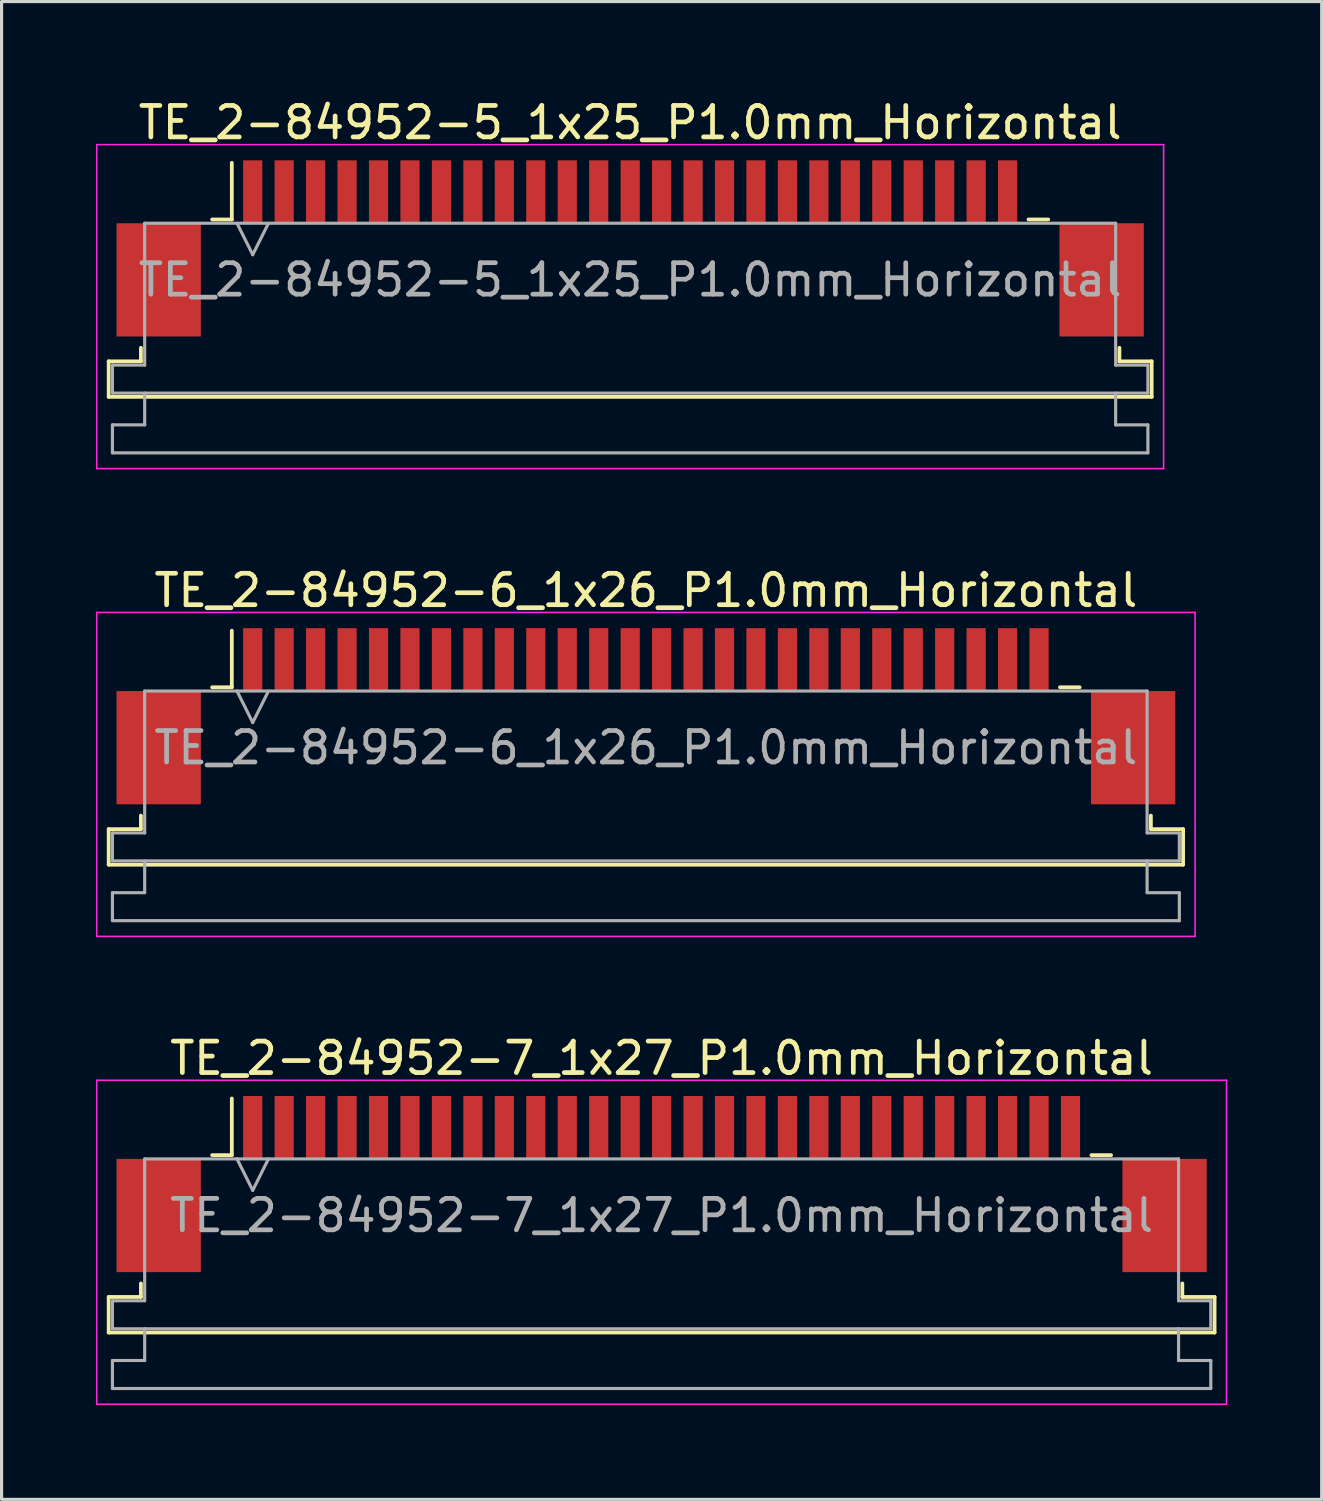
<source format=kicad_pcb>
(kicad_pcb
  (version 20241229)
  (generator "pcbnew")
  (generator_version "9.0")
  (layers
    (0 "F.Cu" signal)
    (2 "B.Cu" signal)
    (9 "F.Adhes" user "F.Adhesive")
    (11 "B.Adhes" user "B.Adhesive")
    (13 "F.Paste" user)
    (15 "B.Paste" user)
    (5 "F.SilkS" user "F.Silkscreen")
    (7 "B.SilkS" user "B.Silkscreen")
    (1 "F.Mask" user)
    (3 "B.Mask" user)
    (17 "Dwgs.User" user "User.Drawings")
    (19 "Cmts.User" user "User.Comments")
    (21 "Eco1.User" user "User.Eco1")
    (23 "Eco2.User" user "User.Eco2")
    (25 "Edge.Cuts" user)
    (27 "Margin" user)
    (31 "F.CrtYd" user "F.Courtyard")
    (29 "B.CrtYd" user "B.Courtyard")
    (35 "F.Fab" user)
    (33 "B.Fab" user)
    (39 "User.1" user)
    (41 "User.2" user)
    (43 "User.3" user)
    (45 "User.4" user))
  (footprint "TE_2-84952-6_1x26_P1.0mm_Horizontal"
    (layer "F.Cu")
    (at 17.485 19.721)
    (property "Reference" "TE_2-84952-6_1x26_P1.0mm_Horizontal" (at 0 -4 0) (layer "F.SilkS") (effects (font (size 1 1) (thickness 0.15))))
    (attr smd)
    (fp_line (start -17.08 3.59) (end -16.055 3.59) (stroke (width 0.12) (type solid)) (layer "F.SilkS"))
    (fp_line (start -17.08 4.72) (end -17.08 3.59) (stroke (width 0.12) (type solid)) (layer "F.SilkS"))
    (fp_line (start -16.055 3.59) (end -16.055 3.16) (stroke (width 0.12) (type solid)) (layer "F.SilkS"))
    (fp_line (start -13.79 -0.92) (end -13.165 -0.92) (stroke (width 0.12) (type solid)) (layer "F.SilkS"))
    (fp_line (start -13.165 -0.92) (end -13.165 -2.72) (stroke (width 0.12) (type solid)) (layer "F.SilkS"))
    (fp_line (start 13.165 -0.92) (end 13.79 -0.92) (stroke (width 0.12) (type solid)) (layer "F.SilkS"))
    (fp_line (start 16.055 3.16) (end 16.055 3.59) (stroke (width 0.12) (type solid)) (layer "F.SilkS"))
    (fp_line (start 16.055 3.59) (end 17.08 3.59) (stroke (width 0.12) (type solid)) (layer "F.SilkS"))
    (fp_line (start 17.08 3.59) (end 17.08 4.72) (stroke (width 0.12) (type solid)) (layer "F.SilkS"))
    (fp_line (start 17.08 4.72) (end -17.08 4.72) (stroke (width 0.12) (type solid)) (layer "F.SilkS"))
    (fp_line (start -17.46 -3.3) (end -17.46 7) (stroke (width 0.05) (type solid)) (layer "F.CrtYd"))
    (fp_line (start -17.46 7) (end 17.46 7) (stroke (width 0.05) (type solid)) (layer "F.CrtYd"))
    (fp_line (start 17.46 -3.3) (end -17.46 -3.3) (stroke (width 0.05) (type solid)) (layer "F.CrtYd"))
    (fp_line (start 17.46 7) (end 17.46 -3.3) (stroke (width 0.05) (type solid)) (layer "F.CrtYd"))
    (fp_line (start -16.96 3.71) (end -15.935 3.71) (stroke (width 0.1) (type solid)) (layer "F.Fab"))
    (fp_line (start -16.96 4.6) (end -16.96 3.71) (stroke (width 0.1) (type solid)) (layer "F.Fab"))
    (fp_line (start -16.96 5.61) (end -15.935 5.61) (stroke (width 0.1) (type solid)) (layer "F.Fab"))
    (fp_line (start -16.96 6.5) (end -16.96 5.61) (stroke (width 0.1) (type solid)) (layer "F.Fab"))
    (fp_line (start -15.935 -0.8) (end 15.935 -0.8) (stroke (width 0.1) (type solid)) (layer "F.Fab"))
    (fp_line (start -15.935 3.71) (end -15.935 -0.8) (stroke (width 0.1) (type solid)) (layer "F.Fab"))
    (fp_line (start -15.935 5.61) (end -15.935 4.6) (stroke (width 0.1) (type solid)) (layer "F.Fab"))
    (fp_line (start -13 -0.8) (end -12.5 0.2) (stroke (width 0.1) (type solid)) (layer "F.Fab"))
    (fp_line (start -12.5 0.2) (end -12 -0.8) (stroke (width 0.1) (type solid)) (layer "F.Fab"))
    (fp_line (start 15.935 -0.8) (end 15.935 3.71) (stroke (width 0.1) (type solid)) (layer "F.Fab"))
    (fp_line (start 15.935 3.71) (end 16.96 3.71) (stroke (width 0.1) (type solid)) (layer "F.Fab"))
    (fp_line (start 15.935 4.6) (end 15.935 5.61) (stroke (width 0.1) (type solid)) (layer "F.Fab"))
    (fp_line (start 15.935 5.61) (end 16.96 5.61) (stroke (width 0.1) (type solid)) (layer "F.Fab"))
    (fp_line (start 16.96 3.71) (end 16.96 4.6) (stroke (width 0.1) (type solid)) (layer "F.Fab"))
    (fp_line (start 16.96 4.6) (end -16.96 4.6) (stroke (width 0.1) (type solid)) (layer "F.Fab"))
    (fp_line (start 16.96 5.61) (end 16.96 6.5) (stroke (width 0.1) (type solid)) (layer "F.Fab"))
    (fp_line (start 16.96 6.5) (end -16.96 6.5) (stroke (width 0.1) (type solid)) (layer "F.Fab"))
    (fp_text user "${REFERENCE}" (at 0 1 0) (layer "F.Fab") (effects (font (size 1 1) (thickness 0.15))))
    (pad "" smd rect (at -15.49 1) (size 2.68 3.6) (layers "F.Cu" "F.Mask" "F.Paste"))
    (pad "" smd rect (at 15.49 1) (size 2.68 3.6) (layers "F.Cu" "F.Mask" "F.Paste"))
    (pad "1" smd rect (at -12.5 -1.8) (size 0.61 2) (layers "F.Cu" "F.Mask" "F.Paste"))
    (pad "2" smd rect (at -11.5 -1.8) (size 0.61 2) (layers "F.Cu" "F.Mask" "F.Paste"))
    (pad "3" smd rect (at -10.5 -1.8) (size 0.61 2) (layers "F.Cu" "F.Mask" "F.Paste"))
    (pad "4" smd rect (at -9.5 -1.8) (size 0.61 2) (layers "F.Cu" "F.Mask" "F.Paste"))
    (pad "5" smd rect (at -8.5 -1.8) (size 0.61 2) (layers "F.Cu" "F.Mask" "F.Paste"))
    (pad "6" smd rect (at -7.5 -1.8) (size 0.61 2) (layers "F.Cu" "F.Mask" "F.Paste"))
    (pad "7" smd rect (at -6.5 -1.8) (size 0.61 2) (layers "F.Cu" "F.Mask" "F.Paste"))
    (pad "8" smd rect (at -5.5 -1.8) (size 0.61 2) (layers "F.Cu" "F.Mask" "F.Paste"))
    (pad "9" smd rect (at -4.5 -1.8) (size 0.61 2) (layers "F.Cu" "F.Mask" "F.Paste"))
    (pad "10" smd rect (at -3.5 -1.8) (size 0.61 2) (layers "F.Cu" "F.Mask" "F.Paste"))
    (pad "11" smd rect (at -2.5 -1.8) (size 0.61 2) (layers "F.Cu" "F.Mask" "F.Paste"))
    (pad "12" smd rect (at -1.5 -1.8) (size 0.61 2) (layers "F.Cu" "F.Mask" "F.Paste"))
    (pad "13" smd rect (at -0.5 -1.8) (size 0.61 2) (layers "F.Cu" "F.Mask" "F.Paste"))
    (pad "14" smd rect (at 0.5 -1.8) (size 0.61 2) (layers "F.Cu" "F.Mask" "F.Paste"))
    (pad "15" smd rect (at 1.5 -1.8) (size 0.61 2) (layers "F.Cu" "F.Mask" "F.Paste"))
    (pad "16" smd rect (at 2.5 -1.8) (size 0.61 2) (layers "F.Cu" "F.Mask" "F.Paste"))
    (pad "17" smd rect (at 3.5 -1.8) (size 0.61 2) (layers "F.Cu" "F.Mask" "F.Paste"))
    (pad "18" smd rect (at 4.5 -1.8) (size 0.61 2) (layers "F.Cu" "F.Mask" "F.Paste"))
    (pad "19" smd rect (at 5.5 -1.8) (size 0.61 2) (layers "F.Cu" "F.Mask" "F.Paste"))
    (pad "20" smd rect (at 6.5 -1.8) (size 0.61 2) (layers "F.Cu" "F.Mask" "F.Paste"))
    (pad "21" smd rect (at 7.5 -1.8) (size 0.61 2) (layers "F.Cu" "F.Mask" "F.Paste"))
    (pad "22" smd rect (at 8.5 -1.8) (size 0.61 2) (layers "F.Cu" "F.Mask" "F.Paste"))
    (pad "23" smd rect (at 9.5 -1.8) (size 0.61 2) (layers "F.Cu" "F.Mask" "F.Paste"))
    (pad "24" smd rect (at 10.5 -1.8) (size 0.61 2) (layers "F.Cu" "F.Mask" "F.Paste"))
    (pad "25" smd rect (at 11.5 -1.8) (size 0.61 2) (layers "F.Cu" "F.Mask" "F.Paste"))
    (pad "26" smd rect (at 12.5 -1.8) (size 0.61 2) (layers "F.Cu" "F.Mask" "F.Paste")))
  (footprint "TE_2-84952-7_1x27_P1.0mm_Horizontal"
    (layer "F.Cu")
    (at 17.985 34.595)
    (property "Reference" "TE_2-84952-7_1x27_P1.0mm_Horizontal" (at 0 -4 0) (layer "F.SilkS") (effects (font (size 1 1) (thickness 0.15))))
    (attr smd)
    (fp_line (start -17.58 3.59) (end -16.555 3.59) (stroke (width 0.12) (type solid)) (layer "F.SilkS"))
    (fp_line (start -17.58 4.72) (end -17.58 3.59) (stroke (width 0.12) (type solid)) (layer "F.SilkS"))
    (fp_line (start -16.555 3.59) (end -16.555 3.16) (stroke (width 0.12) (type solid)) (layer "F.SilkS"))
    (fp_line (start -14.29 -0.92) (end -13.665 -0.92) (stroke (width 0.12) (type solid)) (layer "F.SilkS"))
    (fp_line (start -13.665 -0.92) (end -13.665 -2.72) (stroke (width 0.12) (type solid)) (layer "F.SilkS"))
    (fp_line (start 13.665 -0.92) (end 14.29 -0.92) (stroke (width 0.12) (type solid)) (layer "F.SilkS"))
    (fp_line (start 16.555 3.16) (end 16.555 3.59) (stroke (width 0.12) (type solid)) (layer "F.SilkS"))
    (fp_line (start 16.555 3.59) (end 17.58 3.59) (stroke (width 0.12) (type solid)) (layer "F.SilkS"))
    (fp_line (start 17.58 3.59) (end 17.58 4.72) (stroke (width 0.12) (type solid)) (layer "F.SilkS"))
    (fp_line (start 17.58 4.72) (end -17.58 4.72) (stroke (width 0.12) (type solid)) (layer "F.SilkS"))
    (fp_line (start -17.96 -3.3) (end -17.96 7) (stroke (width 0.05) (type solid)) (layer "F.CrtYd"))
    (fp_line (start -17.96 7) (end 17.96 7) (stroke (width 0.05) (type solid)) (layer "F.CrtYd"))
    (fp_line (start 17.96 -3.3) (end -17.96 -3.3) (stroke (width 0.05) (type solid)) (layer "F.CrtYd"))
    (fp_line (start 17.96 7) (end 17.96 -3.3) (stroke (width 0.05) (type solid)) (layer "F.CrtYd"))
    (fp_line (start -17.46 3.71) (end -16.435 3.71) (stroke (width 0.1) (type solid)) (layer "F.Fab"))
    (fp_line (start -17.46 4.6) (end -17.46 3.71) (stroke (width 0.1) (type solid)) (layer "F.Fab"))
    (fp_line (start -17.46 5.61) (end -16.435 5.61) (stroke (width 0.1) (type solid)) (layer "F.Fab"))
    (fp_line (start -17.46 6.5) (end -17.46 5.61) (stroke (width 0.1) (type solid)) (layer "F.Fab"))
    (fp_line (start -16.435 -0.8) (end 16.435 -0.8) (stroke (width 0.1) (type solid)) (layer "F.Fab"))
    (fp_line (start -16.435 3.71) (end -16.435 -0.8) (stroke (width 0.1) (type solid)) (layer "F.Fab"))
    (fp_line (start -16.435 5.61) (end -16.435 4.6) (stroke (width 0.1) (type solid)) (layer "F.Fab"))
    (fp_line (start -13.5 -0.8) (end -13 0.2) (stroke (width 0.1) (type solid)) (layer "F.Fab"))
    (fp_line (start -13 0.2) (end -12.5 -0.8) (stroke (width 0.1) (type solid)) (layer "F.Fab"))
    (fp_line (start 16.435 -0.8) (end 16.435 3.71) (stroke (width 0.1) (type solid)) (layer "F.Fab"))
    (fp_line (start 16.435 3.71) (end 17.46 3.71) (stroke (width 0.1) (type solid)) (layer "F.Fab"))
    (fp_line (start 16.435 4.6) (end 16.435 5.61) (stroke (width 0.1) (type solid)) (layer "F.Fab"))
    (fp_line (start 16.435 5.61) (end 17.46 5.61) (stroke (width 0.1) (type solid)) (layer "F.Fab"))
    (fp_line (start 17.46 3.71) (end 17.46 4.6) (stroke (width 0.1) (type solid)) (layer "F.Fab"))
    (fp_line (start 17.46 4.6) (end -17.46 4.6) (stroke (width 0.1) (type solid)) (layer "F.Fab"))
    (fp_line (start 17.46 5.61) (end 17.46 6.5) (stroke (width 0.1) (type solid)) (layer "F.Fab"))
    (fp_line (start 17.46 6.5) (end -17.46 6.5) (stroke (width 0.1) (type solid)) (layer "F.Fab"))
    (fp_text user "${REFERENCE}" (at 0 1 0) (layer "F.Fab") (effects (font (size 1 1) (thickness 0.15))))
    (pad "" smd rect (at -15.99 1) (size 2.68 3.6) (layers "F.Cu" "F.Mask" "F.Paste"))
    (pad "" smd rect (at 15.99 1) (size 2.68 3.6) (layers "F.Cu" "F.Mask" "F.Paste"))
    (pad "1" smd rect (at -13 -1.8) (size 0.61 2) (layers "F.Cu" "F.Mask" "F.Paste"))
    (pad "2" smd rect (at -12 -1.8) (size 0.61 2) (layers "F.Cu" "F.Mask" "F.Paste"))
    (pad "3" smd rect (at -11 -1.8) (size 0.61 2) (layers "F.Cu" "F.Mask" "F.Paste"))
    (pad "4" smd rect (at -10 -1.8) (size 0.61 2) (layers "F.Cu" "F.Mask" "F.Paste"))
    (pad "5" smd rect (at -9 -1.8) (size 0.61 2) (layers "F.Cu" "F.Mask" "F.Paste"))
    (pad "6" smd rect (at -8 -1.8) (size 0.61 2) (layers "F.Cu" "F.Mask" "F.Paste"))
    (pad "7" smd rect (at -7 -1.8) (size 0.61 2) (layers "F.Cu" "F.Mask" "F.Paste"))
    (pad "8" smd rect (at -6 -1.8) (size 0.61 2) (layers "F.Cu" "F.Mask" "F.Paste"))
    (pad "9" smd rect (at -5 -1.8) (size 0.61 2) (layers "F.Cu" "F.Mask" "F.Paste"))
    (pad "10" smd rect (at -4 -1.8) (size 0.61 2) (layers "F.Cu" "F.Mask" "F.Paste"))
    (pad "11" smd rect (at -3 -1.8) (size 0.61 2) (layers "F.Cu" "F.Mask" "F.Paste"))
    (pad "12" smd rect (at -2 -1.8) (size 0.61 2) (layers "F.Cu" "F.Mask" "F.Paste"))
    (pad "13" smd rect (at -1 -1.8) (size 0.61 2) (layers "F.Cu" "F.Mask" "F.Paste"))
    (pad "14" smd rect (at 0 -1.8) (size 0.61 2) (layers "F.Cu" "F.Mask" "F.Paste"))
    (pad "15" smd rect (at 1 -1.8) (size 0.61 2) (layers "F.Cu" "F.Mask" "F.Paste"))
    (pad "16" smd rect (at 2 -1.8) (size 0.61 2) (layers "F.Cu" "F.Mask" "F.Paste"))
    (pad "17" smd rect (at 3 -1.8) (size 0.61 2) (layers "F.Cu" "F.Mask" "F.Paste"))
    (pad "18" smd rect (at 4 -1.8) (size 0.61 2) (layers "F.Cu" "F.Mask" "F.Paste"))
    (pad "19" smd rect (at 5 -1.8) (size 0.61 2) (layers "F.Cu" "F.Mask" "F.Paste"))
    (pad "20" smd rect (at 6 -1.8) (size 0.61 2) (layers "F.Cu" "F.Mask" "F.Paste"))
    (pad "21" smd rect (at 7 -1.8) (size 0.61 2) (layers "F.Cu" "F.Mask" "F.Paste"))
    (pad "22" smd rect (at 8 -1.8) (size 0.61 2) (layers "F.Cu" "F.Mask" "F.Paste"))
    (pad "23" smd rect (at 9 -1.8) (size 0.61 2) (layers "F.Cu" "F.Mask" "F.Paste"))
    (pad "24" smd rect (at 10 -1.8) (size 0.61 2) (layers "F.Cu" "F.Mask" "F.Paste"))
    (pad "25" smd rect (at 11 -1.8) (size 0.61 2) (layers "F.Cu" "F.Mask" "F.Paste"))
    (pad "26" smd rect (at 12 -1.8) (size 0.61 2) (layers "F.Cu" "F.Mask" "F.Paste"))
    (pad "27" smd rect (at 13 -1.8) (size 0.61 2) (layers "F.Cu" "F.Mask" "F.Paste")))
  (footprint "TE_2-84952-5_1x25_P1.0mm_Horizontal"
    (layer "F.Cu")
    (at 16.985 4.848)
    (property "Reference" "TE_2-84952-5_1x25_P1.0mm_Horizontal" (at 0 -4 0) (layer "F.SilkS") (effects (font (size 1 1) (thickness 0.15))))
    (attr smd)
    (fp_line (start -16.58 3.59) (end -15.555 3.59) (stroke (width 0.12) (type solid)) (layer "F.SilkS"))
    (fp_line (start -16.58 4.72) (end -16.58 3.59) (stroke (width 0.12) (type solid)) (layer "F.SilkS"))
    (fp_line (start -15.555 3.59) (end -15.555 3.16) (stroke (width 0.12) (type solid)) (layer "F.SilkS"))
    (fp_line (start -13.29 -0.92) (end -12.665 -0.92) (stroke (width 0.12) (type solid)) (layer "F.SilkS"))
    (fp_line (start -12.665 -0.92) (end -12.665 -2.72) (stroke (width 0.12) (type solid)) (layer "F.SilkS"))
    (fp_line (start 12.665 -0.92) (end 13.29 -0.92) (stroke (width 0.12) (type solid)) (layer "F.SilkS"))
    (fp_line (start 15.555 3.16) (end 15.555 3.59) (stroke (width 0.12) (type solid)) (layer "F.SilkS"))
    (fp_line (start 15.555 3.59) (end 16.58 3.59) (stroke (width 0.12) (type solid)) (layer "F.SilkS"))
    (fp_line (start 16.58 3.59) (end 16.58 4.72) (stroke (width 0.12) (type solid)) (layer "F.SilkS"))
    (fp_line (start 16.58 4.72) (end -16.58 4.72) (stroke (width 0.12) (type solid)) (layer "F.SilkS"))
    (fp_line (start -16.96 -3.3) (end -16.96 7) (stroke (width 0.05) (type solid)) (layer "F.CrtYd"))
    (fp_line (start -16.96 7) (end 16.96 7) (stroke (width 0.05) (type solid)) (layer "F.CrtYd"))
    (fp_line (start 16.96 -3.3) (end -16.96 -3.3) (stroke (width 0.05) (type solid)) (layer "F.CrtYd"))
    (fp_line (start 16.96 7) (end 16.96 -3.3) (stroke (width 0.05) (type solid)) (layer "F.CrtYd"))
    (fp_line (start -16.46 3.71) (end -15.435 3.71) (stroke (width 0.1) (type solid)) (layer "F.Fab"))
    (fp_line (start -16.46 4.6) (end -16.46 3.71) (stroke (width 0.1) (type solid)) (layer "F.Fab"))
    (fp_line (start -16.46 5.61) (end -15.435 5.61) (stroke (width 0.1) (type solid)) (layer "F.Fab"))
    (fp_line (start -16.46 6.5) (end -16.46 5.61) (stroke (width 0.1) (type solid)) (layer "F.Fab"))
    (fp_line (start -15.435 -0.8) (end 15.435 -0.8) (stroke (width 0.1) (type solid)) (layer "F.Fab"))
    (fp_line (start -15.435 3.71) (end -15.435 -0.8) (stroke (width 0.1) (type solid)) (layer "F.Fab"))
    (fp_line (start -15.435 5.61) (end -15.435 4.6) (stroke (width 0.1) (type solid)) (layer "F.Fab"))
    (fp_line (start -12.5 -0.8) (end -12 0.2) (stroke (width 0.1) (type solid)) (layer "F.Fab"))
    (fp_line (start -12 0.2) (end -11.5 -0.8) (stroke (width 0.1) (type solid)) (layer "F.Fab"))
    (fp_line (start 15.435 -0.8) (end 15.435 3.71) (stroke (width 0.1) (type solid)) (layer "F.Fab"))
    (fp_line (start 15.435 3.71) (end 16.46 3.71) (stroke (width 0.1) (type solid)) (layer "F.Fab"))
    (fp_line (start 15.435 4.6) (end 15.435 5.61) (stroke (width 0.1) (type solid)) (layer "F.Fab"))
    (fp_line (start 15.435 5.61) (end 16.46 5.61) (stroke (width 0.1) (type solid)) (layer "F.Fab"))
    (fp_line (start 16.46 3.71) (end 16.46 4.6) (stroke (width 0.1) (type solid)) (layer "F.Fab"))
    (fp_line (start 16.46 4.6) (end -16.46 4.6) (stroke (width 0.1) (type solid)) (layer "F.Fab"))
    (fp_line (start 16.46 5.61) (end 16.46 6.5) (stroke (width 0.1) (type solid)) (layer "F.Fab"))
    (fp_line (start 16.46 6.5) (end -16.46 6.5) (stroke (width 0.1) (type solid)) (layer "F.Fab"))
    (fp_text user "${REFERENCE}" (at 0 1 0) (layer "F.Fab") (effects (font (size 1 1) (thickness 0.15))))
    (pad "" smd rect (at -14.99 1) (size 2.68 3.6) (layers "F.Cu" "F.Mask" "F.Paste"))
    (pad "" smd rect (at 14.99 1) (size 2.68 3.6) (layers "F.Cu" "F.Mask" "F.Paste"))
    (pad "1" smd rect (at -12 -1.8) (size 0.61 2) (layers "F.Cu" "F.Mask" "F.Paste"))
    (pad "2" smd rect (at -11 -1.8) (size 0.61 2) (layers "F.Cu" "F.Mask" "F.Paste"))
    (pad "3" smd rect (at -10 -1.8) (size 0.61 2) (layers "F.Cu" "F.Mask" "F.Paste"))
    (pad "4" smd rect (at -9 -1.8) (size 0.61 2) (layers "F.Cu" "F.Mask" "F.Paste"))
    (pad "5" smd rect (at -8 -1.8) (size 0.61 2) (layers "F.Cu" "F.Mask" "F.Paste"))
    (pad "6" smd rect (at -7 -1.8) (size 0.61 2) (layers "F.Cu" "F.Mask" "F.Paste"))
    (pad "7" smd rect (at -6 -1.8) (size 0.61 2) (layers "F.Cu" "F.Mask" "F.Paste"))
    (pad "8" smd rect (at -5 -1.8) (size 0.61 2) (layers "F.Cu" "F.Mask" "F.Paste"))
    (pad "9" smd rect (at -4 -1.8) (size 0.61 2) (layers "F.Cu" "F.Mask" "F.Paste"))
    (pad "10" smd rect (at -3 -1.8) (size 0.61 2) (layers "F.Cu" "F.Mask" "F.Paste"))
    (pad "11" smd rect (at -2 -1.8) (size 0.61 2) (layers "F.Cu" "F.Mask" "F.Paste"))
    (pad "12" smd rect (at -1 -1.8) (size 0.61 2) (layers "F.Cu" "F.Mask" "F.Paste"))
    (pad "13" smd rect (at 0 -1.8) (size 0.61 2) (layers "F.Cu" "F.Mask" "F.Paste"))
    (pad "14" smd rect (at 1 -1.8) (size 0.61 2) (layers "F.Cu" "F.Mask" "F.Paste"))
    (pad "15" smd rect (at 2 -1.8) (size 0.61 2) (layers "F.Cu" "F.Mask" "F.Paste"))
    (pad "16" smd rect (at 3 -1.8) (size 0.61 2) (layers "F.Cu" "F.Mask" "F.Paste"))
    (pad "17" smd rect (at 4 -1.8) (size 0.61 2) (layers "F.Cu" "F.Mask" "F.Paste"))
    (pad "18" smd rect (at 5 -1.8) (size 0.61 2) (layers "F.Cu" "F.Mask" "F.Paste"))
    (pad "19" smd rect (at 6 -1.8) (size 0.61 2) (layers "F.Cu" "F.Mask" "F.Paste"))
    (pad "20" smd rect (at 7 -1.8) (size 0.61 2) (layers "F.Cu" "F.Mask" "F.Paste"))
    (pad "21" smd rect (at 8 -1.8) (size 0.61 2) (layers "F.Cu" "F.Mask" "F.Paste"))
    (pad "22" smd rect (at 9 -1.8) (size 0.61 2) (layers "F.Cu" "F.Mask" "F.Paste"))
    (pad "23" smd rect (at 10 -1.8) (size 0.61 2) (layers "F.Cu" "F.Mask" "F.Paste"))
    (pad "24" smd rect (at 11 -1.8) (size 0.61 2) (layers "F.Cu" "F.Mask" "F.Paste"))
    (pad "25" smd rect (at 12 -1.8) (size 0.61 2) (layers "F.Cu" "F.Mask" "F.Paste")))
  (gr_rect
    (start -3 -3)
    (end 38.97 44.62)
    (stroke (width 0.1) (type default))
    (fill no)
    (layer "Edge.Cuts")))
</source>
